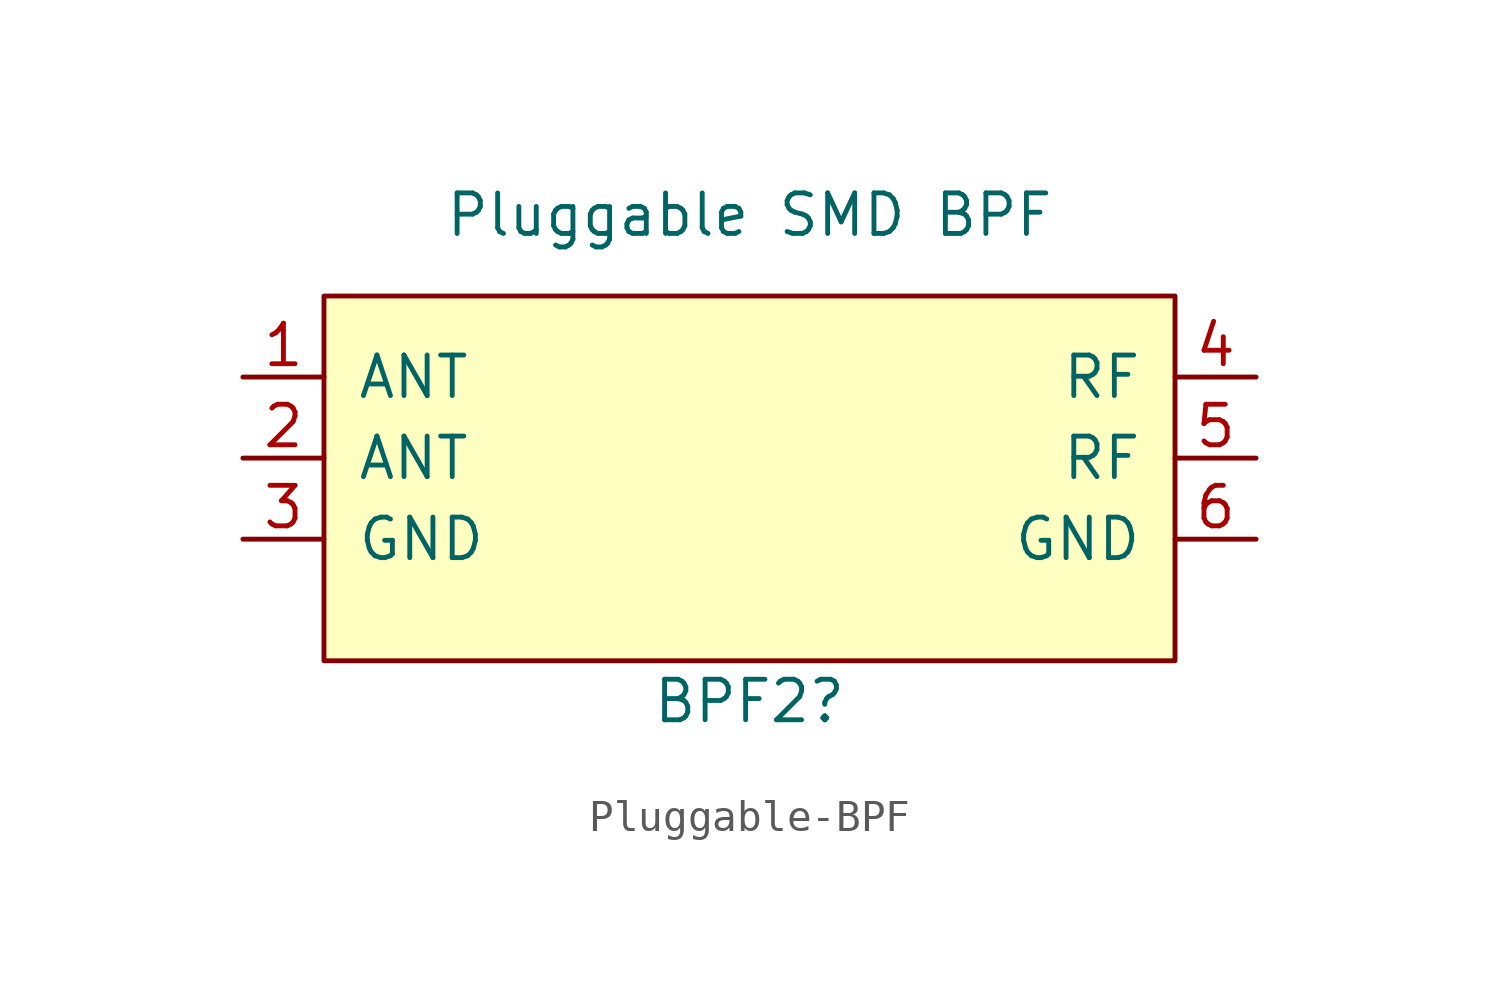
<source format=kicad_sym>
(kicad_symbol_lib
  (version 20231120)
  (generator "kicad_symbol_editor")
  (generator_version "8.0")
  (symbol "Pluggable-BPF"
    (pin_names
      (offset 1.016))
    (property "Reference" "BPF2"
      (at 0.635 -5.08 0)
      (effects (font (size 1.27 1.27))))
    (property "Value" "Pluggable SMD BPF"
      (at 0.635 10.16 0)
      (effects (font (size 1.27 1.27))))
    (property "Description" ""
      (at 0 0 0)
      (effects (font (size 1.27 1.27))))
    (symbol "Pluggable-BPF_0_1"
      (rectangle (start -12.7 7.62) (end 13.97 -3.81) (stroke (width 0) (type solid)) (fill (type background))))
    (symbol "Pluggable-BPF_1_1"
      (pin bidirectional line (at -15.24 5.08 0) (length 2.54) (name "ANT" (effects (font (size 1.27 1.27)))) (number "1" (effects (font (size 1.27 1.27)))))
      (pin bidirectional line (at -15.24 2.54 0) (length 2.54) (name "ANT" (effects (font (size 1.27 1.27)))) (number "2" (effects (font (size 1.27 1.27)))))
      (pin power_in line (at -15.24 0 0) (length 2.54) (name "GND" (effects (font (size 1.27 1.27)))) (number "3" (effects (font (size 1.27 1.27)))))
      (pin input line (at 16.51 5.08 180) (length 2.54) (name "RF" (effects (font (size 1.27 1.27)))) (number "4" (effects (font (size 1.27 1.27)))))
      (pin bidirectional line (at 16.51 2.54 180) (length 2.54) (name "RF" (effects (font (size 1.27 1.27)))) (number "5" (effects (font (size 1.27 1.27)))))
      (pin power_in line (at 16.51 0 180) (length 2.54) (name "GND" (effects (font (size 1.27 1.27)))) (number "6" (effects (font (size 1.27 1.27))))))))
</source>
